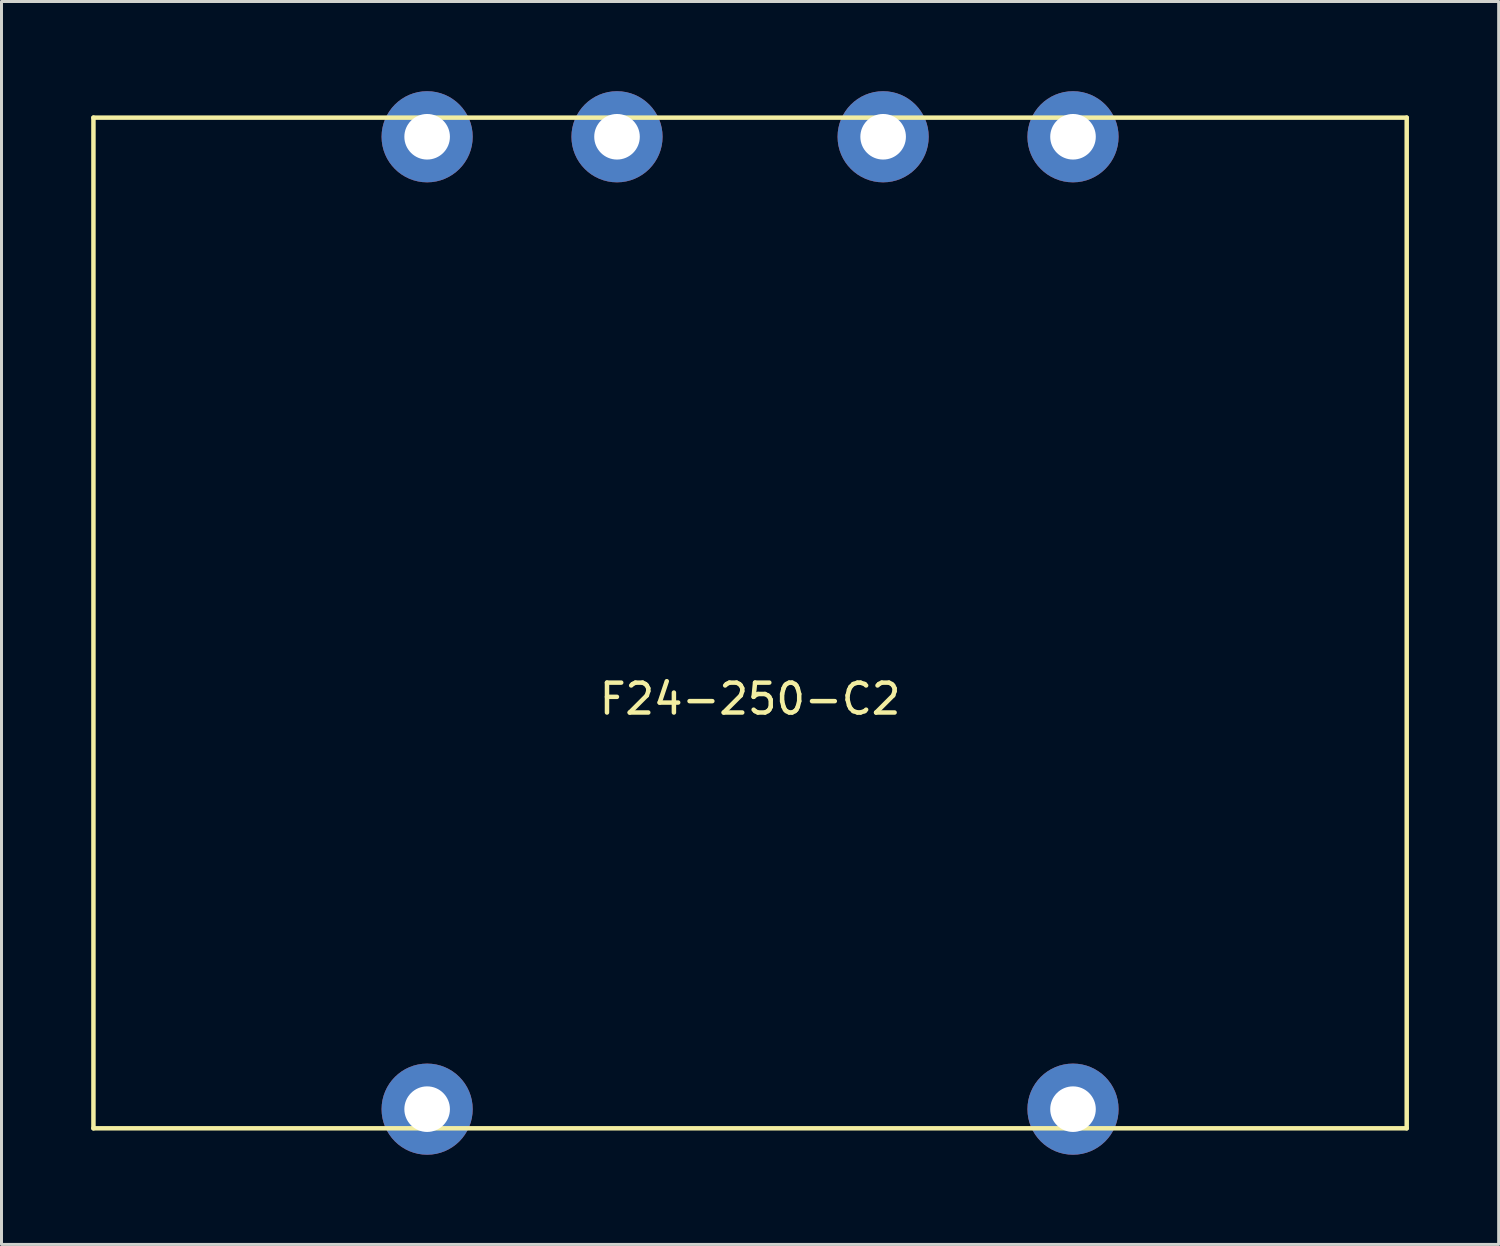
<source format=kicad_pcb>
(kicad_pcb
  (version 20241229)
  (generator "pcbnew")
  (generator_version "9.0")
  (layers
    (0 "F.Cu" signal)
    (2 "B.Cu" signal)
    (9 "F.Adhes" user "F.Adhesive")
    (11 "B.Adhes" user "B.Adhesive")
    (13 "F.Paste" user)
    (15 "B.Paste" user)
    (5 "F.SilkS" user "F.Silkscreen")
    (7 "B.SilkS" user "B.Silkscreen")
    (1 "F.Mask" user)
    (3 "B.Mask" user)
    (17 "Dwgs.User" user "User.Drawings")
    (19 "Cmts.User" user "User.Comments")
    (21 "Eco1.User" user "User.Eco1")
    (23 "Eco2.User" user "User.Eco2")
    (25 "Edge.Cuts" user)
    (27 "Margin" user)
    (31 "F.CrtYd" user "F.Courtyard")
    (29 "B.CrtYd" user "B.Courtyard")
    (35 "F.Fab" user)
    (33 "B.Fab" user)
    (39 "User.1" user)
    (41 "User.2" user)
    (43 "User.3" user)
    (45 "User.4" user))
  (footprint "F24-250-C2"
    (layer "F.Cu")
    (at 22.035 17.784)
    (property "Reference" "F24-250-C2" (at 0 2.54 0) (layer "F.SilkS") (effects (font (size 1 1) (thickness 0.15))))
    (attr through_hole)
    (fp_line (start -21.96 -16.9) (end -21.96 16.9) (stroke (width 0.15) (type solid)) (layer "F.SilkS"))
    (fp_line (start 21.96 -16.9) (end -21.96 -16.9) (stroke (width 0.15) (type solid)) (layer "F.SilkS"))
    (fp_line (start 21.96 -16.9) (end 21.96 16.9) (stroke (width 0.15) (type solid)) (layer "F.SilkS"))
    (fp_line (start 21.96 16.9) (end -21.96 16.9) (stroke (width 0.15) (type solid)) (layer "F.SilkS"))
    (pad "1" thru_hole circle (at -10.8 16.26) (size 3.048 3.048) (drill 1.524) (layers "*.Cu" "*.Mask"))
    (pad "2" thru_hole circle (at 10.8 16.26) (size 3.048 3.048) (drill 1.524) (layers "*.Cu" "*.Mask"))
    (pad "3" thru_hole circle (at -10.8 -16.26) (size 3.048 3.048) (drill 1.524) (layers "*.Cu" "*.Mask"))
    (pad "4" thru_hole circle (at -4.45 -16.26) (size 3.048 3.048) (drill 1.524) (layers "*.Cu" "*.Mask"))
    (pad "5" thru_hole circle (at 4.45 -16.26) (size 3.048 3.048) (drill 1.524) (layers "*.Cu" "*.Mask"))
    (pad "6" thru_hole circle (at 10.8 -16.26) (size 3.048 3.048) (drill 1.524) (layers "*.Cu" "*.Mask")))
  (gr_rect
    (start -3 -3)
    (end 47.07 38.568)
    (stroke (width 0.1) (type default))
    (fill no)
    (layer "Edge.Cuts")))
</source>
